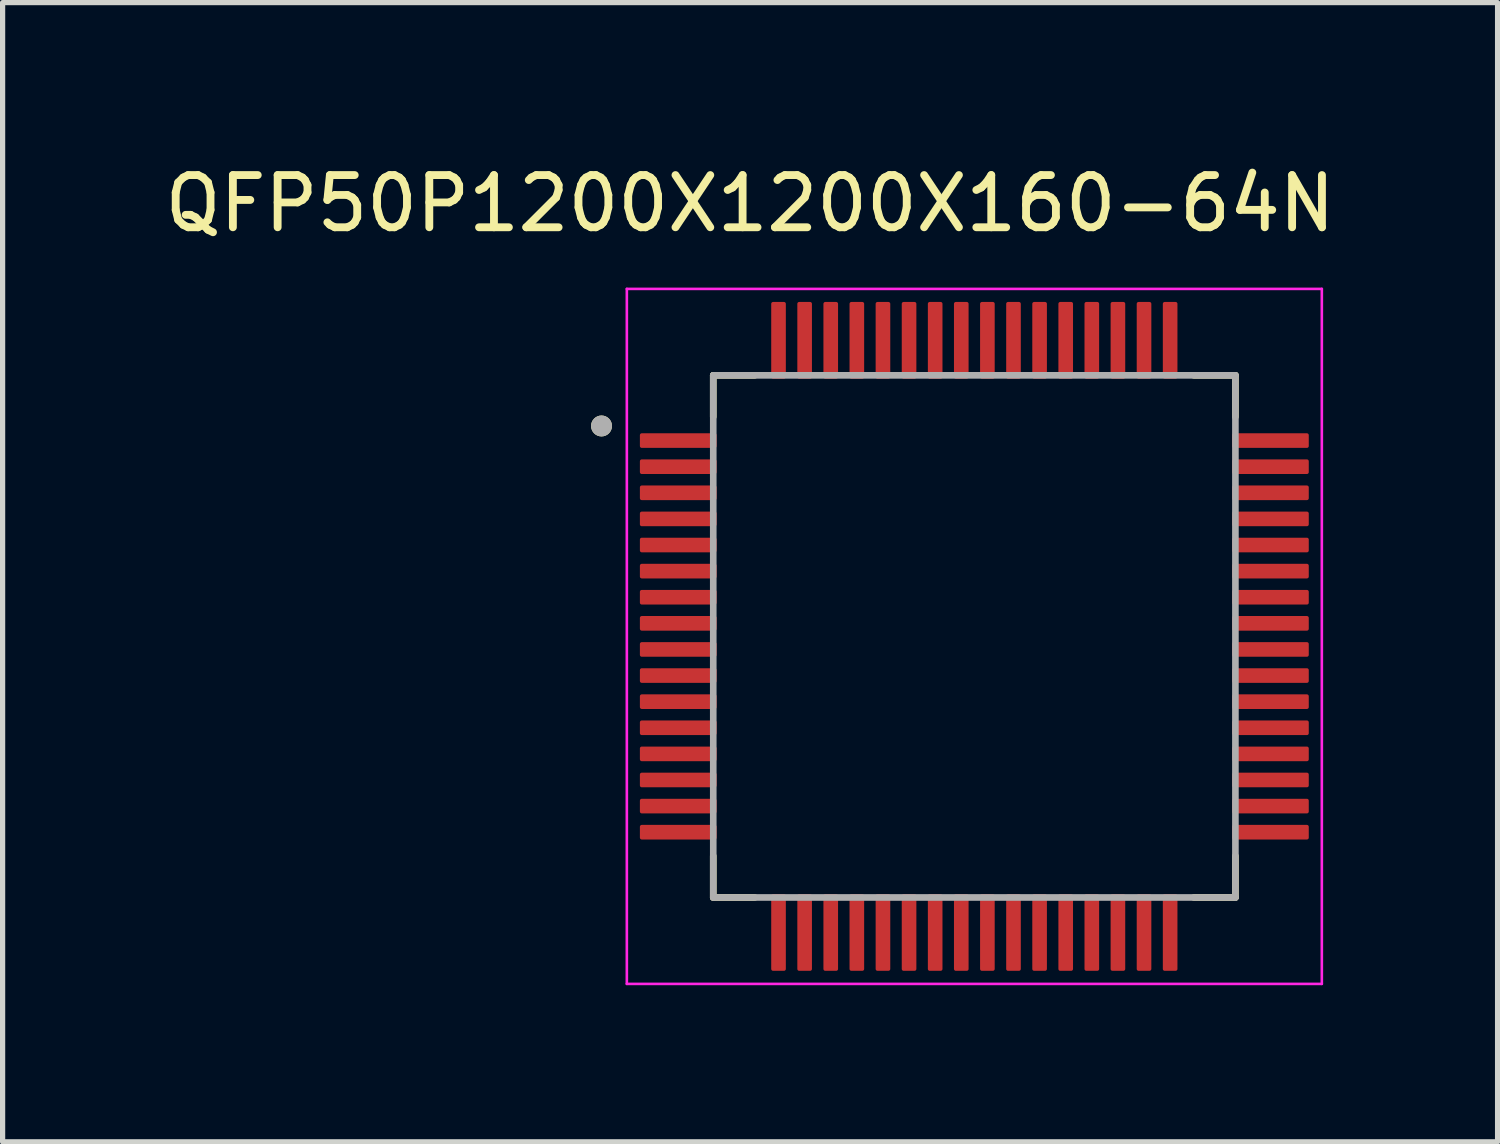
<source format=kicad_pcb>
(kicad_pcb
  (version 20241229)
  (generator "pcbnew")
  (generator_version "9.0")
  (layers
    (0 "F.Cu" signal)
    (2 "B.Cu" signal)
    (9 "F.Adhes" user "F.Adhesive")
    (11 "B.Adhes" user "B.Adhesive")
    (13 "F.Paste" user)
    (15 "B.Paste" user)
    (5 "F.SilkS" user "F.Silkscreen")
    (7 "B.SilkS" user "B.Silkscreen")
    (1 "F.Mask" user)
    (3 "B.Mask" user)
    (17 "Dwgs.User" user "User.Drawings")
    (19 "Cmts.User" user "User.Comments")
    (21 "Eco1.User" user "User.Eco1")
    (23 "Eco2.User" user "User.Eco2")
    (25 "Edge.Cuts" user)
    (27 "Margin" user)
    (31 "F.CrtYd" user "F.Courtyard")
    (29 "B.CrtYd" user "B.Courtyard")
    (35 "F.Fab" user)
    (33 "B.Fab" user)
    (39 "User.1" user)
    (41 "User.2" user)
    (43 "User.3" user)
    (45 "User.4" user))
  (footprint "QFP50P1200X1200X160-64N"
    (layer "F.Cu")
    (at 15.61 9.138)
    (property "Reference" "QFP50P1200X1200X160-64N" (at -4.295 -8.29 0) (layer "F.SilkS") (effects (font (size 1 1) (thickness 0.15))))
    (attr smd)
    (fp_line (start -5 -5) (end -5 -4.205) (stroke (width 0.127) (type solid)) (layer "F.SilkS"))
    (fp_line (start -5 -5) (end -4.205 -5) (stroke (width 0.127) (type solid)) (layer "F.SilkS"))
    (fp_line (start -5 5) (end -5 4.205) (stroke (width 0.127) (type solid)) (layer "F.SilkS"))
    (fp_line (start -5 5) (end -4.205 5) (stroke (width 0.127) (type solid)) (layer "F.SilkS"))
    (fp_line (start 5 -5) (end 4.205 -5) (stroke (width 0.127) (type solid)) (layer "F.SilkS"))
    (fp_line (start 5 -5) (end 5 -4.205) (stroke (width 0.127) (type solid)) (layer "F.SilkS"))
    (fp_line (start 5 5) (end 4.205 5) (stroke (width 0.127) (type solid)) (layer "F.SilkS"))
    (fp_line (start 5 5) (end 5 4.205) (stroke (width 0.127) (type solid)) (layer "F.SilkS"))
    (fp_circle (center -7.14 -4.03) (end -7.04 -4.03) (stroke (width 0.2) (type solid)) (fill no) (layer "F.SilkS"))
    (fp_line (start -6.655 -6.655) (end 6.655 -6.655) (stroke (width 0.05) (type solid)) (layer "F.CrtYd"))
    (fp_line (start -6.655 6.655) (end -6.655 -6.655) (stroke (width 0.05) (type solid)) (layer "F.CrtYd"))
    (fp_line (start -6.655 6.655) (end 6.655 6.655) (stroke (width 0.05) (type solid)) (layer "F.CrtYd"))
    (fp_line (start 6.655 6.655) (end 6.655 -6.655) (stroke (width 0.05) (type solid)) (layer "F.CrtYd"))
    (fp_line (start -5 5) (end -5 -5) (stroke (width 0.127) (type solid)) (layer "F.Fab"))
    (fp_line (start 5 -5) (end -5 -5) (stroke (width 0.127) (type solid)) (layer "F.Fab"))
    (fp_line (start 5 5) (end -5 5) (stroke (width 0.127) (type solid)) (layer "F.Fab"))
    (fp_line (start 5 5) (end 5 -5) (stroke (width 0.127) (type solid)) (layer "F.Fab"))
    (fp_circle (center -7.14 -4.03) (end -7.04 -4.03) (stroke (width 0.2) (type solid)) (fill no) (layer "F.Fab"))
    (pad "1" smd roundrect (at -5.67 -3.75) (size 1.47 0.28) (layers "F.Cu" "F.Mask" "F.Paste") (roundrect_rratio 0.125))
    (pad "2" smd roundrect (at -5.67 -3.25) (size 1.47 0.28) (layers "F.Cu" "F.Mask" "F.Paste") (roundrect_rratio 0.125))
    (pad "3" smd roundrect (at -5.67 -2.75) (size 1.47 0.28) (layers "F.Cu" "F.Mask" "F.Paste") (roundrect_rratio 0.125))
    (pad "4" smd roundrect (at -5.67 -2.25) (size 1.47 0.28) (layers "F.Cu" "F.Mask" "F.Paste") (roundrect_rratio 0.125))
    (pad "5" smd roundrect (at -5.67 -1.75) (size 1.47 0.28) (layers "F.Cu" "F.Mask" "F.Paste") (roundrect_rratio 0.125))
    (pad "6" smd roundrect (at -5.67 -1.25) (size 1.47 0.28) (layers "F.Cu" "F.Mask" "F.Paste") (roundrect_rratio 0.125))
    (pad "7" smd roundrect (at -5.67 -0.75) (size 1.47 0.28) (layers "F.Cu" "F.Mask" "F.Paste") (roundrect_rratio 0.125))
    (pad "8" smd roundrect (at -5.67 -0.25) (size 1.47 0.28) (layers "F.Cu" "F.Mask" "F.Paste") (roundrect_rratio 0.125))
    (pad "9" smd roundrect (at -5.67 0.25) (size 1.47 0.28) (layers "F.Cu" "F.Mask" "F.Paste") (roundrect_rratio 0.125))
    (pad "10" smd roundrect (at -5.67 0.75) (size 1.47 0.28) (layers "F.Cu" "F.Mask" "F.Paste") (roundrect_rratio 0.125))
    (pad "11" smd roundrect (at -5.67 1.25) (size 1.47 0.28) (layers "F.Cu" "F.Mask" "F.Paste") (roundrect_rratio 0.125))
    (pad "12" smd roundrect (at -5.67 1.75) (size 1.47 0.28) (layers "F.Cu" "F.Mask" "F.Paste") (roundrect_rratio 0.125))
    (pad "13" smd roundrect (at -5.67 2.25) (size 1.47 0.28) (layers "F.Cu" "F.Mask" "F.Paste") (roundrect_rratio 0.125))
    (pad "14" smd roundrect (at -5.67 2.75) (size 1.47 0.28) (layers "F.Cu" "F.Mask" "F.Paste") (roundrect_rratio 0.125))
    (pad "15" smd roundrect (at -5.67 3.25) (size 1.47 0.28) (layers "F.Cu" "F.Mask" "F.Paste") (roundrect_rratio 0.125))
    (pad "16" smd roundrect (at -5.67 3.75) (size 1.47 0.28) (layers "F.Cu" "F.Mask" "F.Paste") (roundrect_rratio 0.125))
    (pad "17" smd roundrect (at -3.75 5.67) (size 0.28 1.47) (layers "F.Cu" "F.Mask" "F.Paste") (roundrect_rratio 0.125))
    (pad "18" smd roundrect (at -3.25 5.67) (size 0.28 1.47) (layers "F.Cu" "F.Mask" "F.Paste") (roundrect_rratio 0.125))
    (pad "19" smd roundrect (at -2.75 5.67) (size 0.28 1.47) (layers "F.Cu" "F.Mask" "F.Paste") (roundrect_rratio 0.125))
    (pad "20" smd roundrect (at -2.25 5.67) (size 0.28 1.47) (layers "F.Cu" "F.Mask" "F.Paste") (roundrect_rratio 0.125))
    (pad "21" smd roundrect (at -1.75 5.67) (size 0.28 1.47) (layers "F.Cu" "F.Mask" "F.Paste") (roundrect_rratio 0.125))
    (pad "22" smd roundrect (at -1.25 5.67) (size 0.28 1.47) (layers "F.Cu" "F.Mask" "F.Paste") (roundrect_rratio 0.125))
    (pad "23" smd roundrect (at -0.75 5.67) (size 0.28 1.47) (layers "F.Cu" "F.Mask" "F.Paste") (roundrect_rratio 0.125))
    (pad "24" smd roundrect (at -0.25 5.67) (size 0.28 1.47) (layers "F.Cu" "F.Mask" "F.Paste") (roundrect_rratio 0.125))
    (pad "25" smd roundrect (at 0.25 5.67) (size 0.28 1.47) (layers "F.Cu" "F.Mask" "F.Paste") (roundrect_rratio 0.125))
    (pad "26" smd roundrect (at 0.75 5.67) (size 0.28 1.47) (layers "F.Cu" "F.Mask" "F.Paste") (roundrect_rratio 0.125))
    (pad "27" smd roundrect (at 1.25 5.67) (size 0.28 1.47) (layers "F.Cu" "F.Mask" "F.Paste") (roundrect_rratio 0.125))
    (pad "28" smd roundrect (at 1.75 5.67) (size 0.28 1.47) (layers "F.Cu" "F.Mask" "F.Paste") (roundrect_rratio 0.125))
    (pad "29" smd roundrect (at 2.25 5.67) (size 0.28 1.47) (layers "F.Cu" "F.Mask" "F.Paste") (roundrect_rratio 0.125))
    (pad "30" smd roundrect (at 2.75 5.67) (size 0.28 1.47) (layers "F.Cu" "F.Mask" "F.Paste") (roundrect_rratio 0.125))
    (pad "31" smd roundrect (at 3.25 5.67) (size 0.28 1.47) (layers "F.Cu" "F.Mask" "F.Paste") (roundrect_rratio 0.125))
    (pad "32" smd roundrect (at 3.75 5.67) (size 0.28 1.47) (layers "F.Cu" "F.Mask" "F.Paste") (roundrect_rratio 0.125))
    (pad "33" smd roundrect (at 5.67 3.75) (size 1.47 0.28) (layers "F.Cu" "F.Mask" "F.Paste") (roundrect_rratio 0.125))
    (pad "34" smd roundrect (at 5.67 3.25) (size 1.47 0.28) (layers "F.Cu" "F.Mask" "F.Paste") (roundrect_rratio 0.125))
    (pad "35" smd roundrect (at 5.67 2.75) (size 1.47 0.28) (layers "F.Cu" "F.Mask" "F.Paste") (roundrect_rratio 0.125))
    (pad "36" smd roundrect (at 5.67 2.25) (size 1.47 0.28) (layers "F.Cu" "F.Mask" "F.Paste") (roundrect_rratio 0.125))
    (pad "37" smd roundrect (at 5.67 1.75) (size 1.47 0.28) (layers "F.Cu" "F.Mask" "F.Paste") (roundrect_rratio 0.125))
    (pad "38" smd roundrect (at 5.67 1.25) (size 1.47 0.28) (layers "F.Cu" "F.Mask" "F.Paste") (roundrect_rratio 0.125))
    (pad "39" smd roundrect (at 5.67 0.75) (size 1.47 0.28) (layers "F.Cu" "F.Mask" "F.Paste") (roundrect_rratio 0.125))
    (pad "40" smd roundrect (at 5.67 0.25) (size 1.47 0.28) (layers "F.Cu" "F.Mask" "F.Paste") (roundrect_rratio 0.125))
    (pad "41" smd roundrect (at 5.67 -0.25) (size 1.47 0.28) (layers "F.Cu" "F.Mask" "F.Paste") (roundrect_rratio 0.125))
    (pad "42" smd roundrect (at 5.67 -0.75) (size 1.47 0.28) (layers "F.Cu" "F.Mask" "F.Paste") (roundrect_rratio 0.125))
    (pad "43" smd roundrect (at 5.67 -1.25) (size 1.47 0.28) (layers "F.Cu" "F.Mask" "F.Paste") (roundrect_rratio 0.125))
    (pad "44" smd roundrect (at 5.67 -1.75) (size 1.47 0.28) (layers "F.Cu" "F.Mask" "F.Paste") (roundrect_rratio 0.125))
    (pad "45" smd roundrect (at 5.67 -2.25) (size 1.47 0.28) (layers "F.Cu" "F.Mask" "F.Paste") (roundrect_rratio 0.125))
    (pad "46" smd roundrect (at 5.67 -2.75) (size 1.47 0.28) (layers "F.Cu" "F.Mask" "F.Paste") (roundrect_rratio 0.125))
    (pad "47" smd roundrect (at 5.67 -3.25) (size 1.47 0.28) (layers "F.Cu" "F.Mask" "F.Paste") (roundrect_rratio 0.125))
    (pad "48" smd roundrect (at 5.67 -3.75) (size 1.47 0.28) (layers "F.Cu" "F.Mask" "F.Paste") (roundrect_rratio 0.125))
    (pad "49" smd roundrect (at 3.75 -5.67) (size 0.28 1.47) (layers "F.Cu" "F.Mask" "F.Paste") (roundrect_rratio 0.125))
    (pad "50" smd roundrect (at 3.25 -5.67) (size 0.28 1.47) (layers "F.Cu" "F.Mask" "F.Paste") (roundrect_rratio 0.125))
    (pad "51" smd roundrect (at 2.75 -5.67) (size 0.28 1.47) (layers "F.Cu" "F.Mask" "F.Paste") (roundrect_rratio 0.125))
    (pad "52" smd roundrect (at 2.25 -5.67) (size 0.28 1.47) (layers "F.Cu" "F.Mask" "F.Paste") (roundrect_rratio 0.125))
    (pad "53" smd roundrect (at 1.75 -5.67) (size 0.28 1.47) (layers "F.Cu" "F.Mask" "F.Paste") (roundrect_rratio 0.125))
    (pad "54" smd roundrect (at 1.25 -5.67) (size 0.28 1.47) (layers "F.Cu" "F.Mask" "F.Paste") (roundrect_rratio 0.125))
    (pad "55" smd roundrect (at 0.75 -5.67) (size 0.28 1.47) (layers "F.Cu" "F.Mask" "F.Paste") (roundrect_rratio 0.125))
    (pad "56" smd roundrect (at 0.25 -5.67) (size 0.28 1.47) (layers "F.Cu" "F.Mask" "F.Paste") (roundrect_rratio 0.125))
    (pad "57" smd roundrect (at -0.25 -5.67) (size 0.28 1.47) (layers "F.Cu" "F.Mask" "F.Paste") (roundrect_rratio 0.125))
    (pad "58" smd roundrect (at -0.75 -5.67) (size 0.28 1.47) (layers "F.Cu" "F.Mask" "F.Paste") (roundrect_rratio 0.125))
    (pad "59" smd roundrect (at -1.25 -5.67) (size 0.28 1.47) (layers "F.Cu" "F.Mask" "F.Paste") (roundrect_rratio 0.125))
    (pad "60" smd roundrect (at -1.75 -5.67) (size 0.28 1.47) (layers "F.Cu" "F.Mask" "F.Paste") (roundrect_rratio 0.125))
    (pad "61" smd roundrect (at -2.25 -5.67) (size 0.28 1.47) (layers "F.Cu" "F.Mask" "F.Paste") (roundrect_rratio 0.125))
    (pad "62" smd roundrect (at -2.75 -5.67) (size 0.28 1.47) (layers "F.Cu" "F.Mask" "F.Paste") (roundrect_rratio 0.125))
    (pad "63" smd roundrect (at -3.25 -5.67) (size 0.28 1.47) (layers "F.Cu" "F.Mask" "F.Paste") (roundrect_rratio 0.125))
    (pad "64" smd roundrect (at -3.75 -5.67) (size 0.28 1.47) (layers "F.Cu" "F.Mask" "F.Paste") (roundrect_rratio 0.125)))
  (gr_rect
    (start -3 -3)
    (end 25.631 18.818)
    (stroke (width 0.1) (type default))
    (fill no)
    (layer "Edge.Cuts")))
</source>
